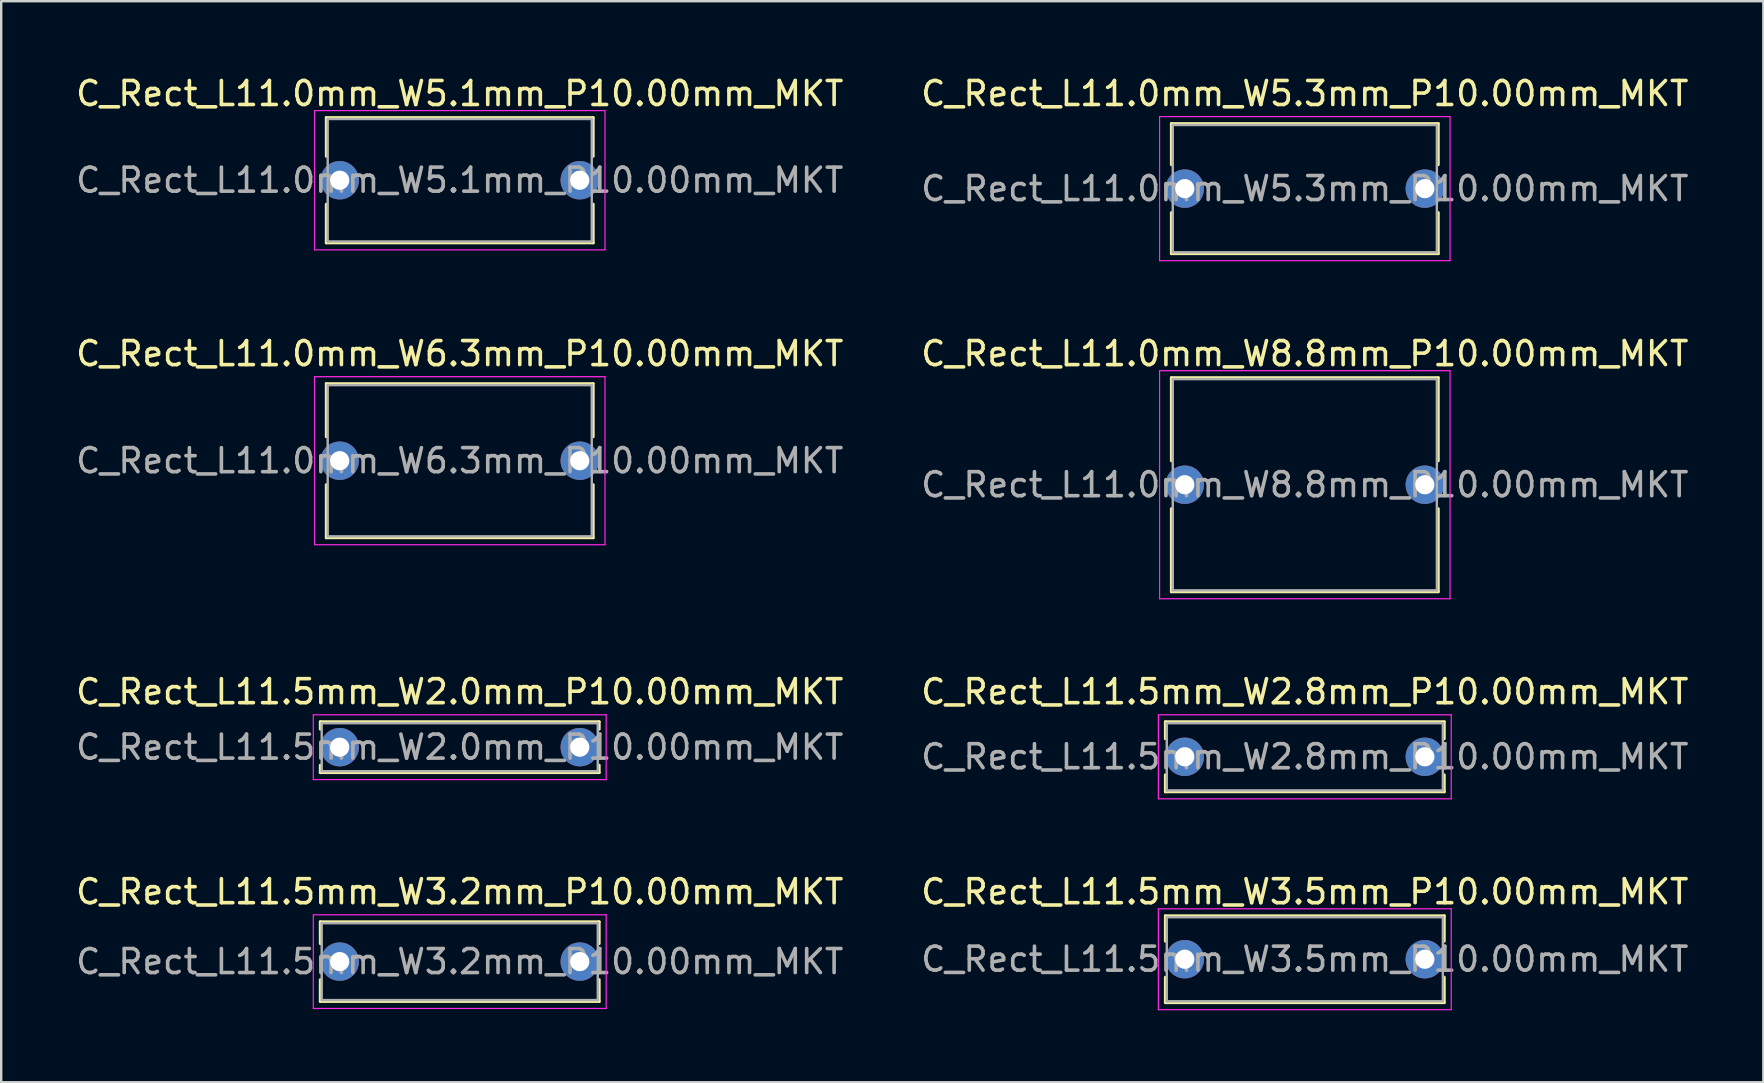
<source format=kicad_pcb>
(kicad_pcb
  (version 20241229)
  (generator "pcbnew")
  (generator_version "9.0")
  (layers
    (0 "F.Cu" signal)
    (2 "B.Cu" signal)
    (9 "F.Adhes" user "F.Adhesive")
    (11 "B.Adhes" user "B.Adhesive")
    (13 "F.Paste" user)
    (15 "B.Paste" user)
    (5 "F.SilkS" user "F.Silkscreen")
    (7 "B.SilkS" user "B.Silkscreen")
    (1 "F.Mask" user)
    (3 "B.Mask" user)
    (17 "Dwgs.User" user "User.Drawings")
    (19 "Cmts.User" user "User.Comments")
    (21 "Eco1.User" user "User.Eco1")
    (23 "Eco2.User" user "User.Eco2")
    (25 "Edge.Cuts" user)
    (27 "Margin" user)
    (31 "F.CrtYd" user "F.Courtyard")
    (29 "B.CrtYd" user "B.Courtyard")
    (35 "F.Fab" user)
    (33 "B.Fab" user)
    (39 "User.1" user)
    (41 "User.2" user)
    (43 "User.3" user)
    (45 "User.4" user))
  (footprint "C_Rect_L11.5mm_W3.5mm_P10.00mm_MKT"
    (layer "F.Cu")
    (at 46.304 36.908)
    (property "Reference" "C_Rect_L11.5mm_W3.5mm_P10.00mm_MKT" (at 5 -2.81 0) (layer "F.SilkS") (effects (font (size 1 1) (thickness 0.15))))
    (attr through_hole)
    (fp_line (start -0.81 -1.81) (end -0.81 -0.75) (stroke (width 0.12) (type solid)) (layer "F.SilkS"))
    (fp_line (start -0.81 -1.81) (end 10.81 -1.81) (stroke (width 0.12) (type solid)) (layer "F.SilkS"))
    (fp_line (start -0.81 0.75) (end -0.81 1.81) (stroke (width 0.12) (type solid)) (layer "F.SilkS"))
    (fp_line (start -0.81 1.81) (end 10.81 1.81) (stroke (width 0.12) (type solid)) (layer "F.SilkS"))
    (fp_line (start 10.81 -1.81) (end 10.81 -0.75) (stroke (width 0.12) (type solid)) (layer "F.SilkS"))
    (fp_line (start 10.81 0.75) (end 10.81 1.81) (stroke (width 0.12) (type solid)) (layer "F.SilkS"))
    (fp_line (start -1.1 -2.1) (end -1.1 2.1) (stroke (width 0.05) (type solid)) (layer "F.CrtYd"))
    (fp_line (start -1.1 2.1) (end 11.1 2.1) (stroke (width 0.05) (type solid)) (layer "F.CrtYd"))
    (fp_line (start 11.1 -2.1) (end -1.1 -2.1) (stroke (width 0.05) (type solid)) (layer "F.CrtYd"))
    (fp_line (start 11.1 2.1) (end 11.1 -2.1) (stroke (width 0.05) (type solid)) (layer "F.CrtYd"))
    (fp_line (start -0.75 -1.75) (end -0.75 1.75) (stroke (width 0.1) (type solid)) (layer "F.Fab"))
    (fp_line (start -0.75 1.75) (end 10.75 1.75) (stroke (width 0.1) (type solid)) (layer "F.Fab"))
    (fp_line (start 10.75 -1.75) (end -0.75 -1.75) (stroke (width 0.1) (type solid)) (layer "F.Fab"))
    (fp_line (start 10.75 1.75) (end 10.75 -1.75) (stroke (width 0.1) (type solid)) (layer "F.Fab"))
    (fp_text user "${REFERENCE}" (at 5 0 0) (layer "F.Fab") (effects (font (size 1 1) (thickness 0.15))))
    (pad "1" thru_hole circle (at 0 0) (size 1.6 1.6) (drill 0.8) (layers "*.Cu" "*.Mask"))
    (pad "2" thru_hole circle (at 10 0) (size 1.6 1.6) (drill 0.8) (layers "*.Cu" "*.Mask")))
  (footprint "C_Rect_L11.0mm_W5.3mm_P10.00mm_MKT"
    (layer "F.Cu")
    (at 46.304 4.808)
    (property "Reference" "C_Rect_L11.0mm_W5.3mm_P10.00mm_MKT" (at 5 -3.96 0) (layer "F.SilkS") (effects (font (size 1 1) (thickness 0.15))))
    (attr through_hole)
    (fp_line (start -0.56 -2.71) (end -0.56 -0.996) (stroke (width 0.12) (type solid)) (layer "F.SilkS"))
    (fp_line (start -0.56 -2.71) (end 10.56 -2.71) (stroke (width 0.12) (type solid)) (layer "F.SilkS"))
    (fp_line (start -0.56 0.996) (end -0.56 2.71) (stroke (width 0.12) (type solid)) (layer "F.SilkS"))
    (fp_line (start -0.56 2.71) (end 10.56 2.71) (stroke (width 0.12) (type solid)) (layer "F.SilkS"))
    (fp_line (start 10.56 -2.71) (end 10.56 -0.996) (stroke (width 0.12) (type solid)) (layer "F.SilkS"))
    (fp_line (start 10.56 0.996) (end 10.56 2.71) (stroke (width 0.12) (type solid)) (layer "F.SilkS"))
    (fp_line (start -1.05 -3) (end -1.05 3) (stroke (width 0.05) (type solid)) (layer "F.CrtYd"))
    (fp_line (start -1.05 3) (end 11.05 3) (stroke (width 0.05) (type solid)) (layer "F.CrtYd"))
    (fp_line (start 11.05 -3) (end -1.05 -3) (stroke (width 0.05) (type solid)) (layer "F.CrtYd"))
    (fp_line (start 11.05 3) (end 11.05 -3) (stroke (width 0.05) (type solid)) (layer "F.CrtYd"))
    (fp_line (start -0.5 -2.65) (end -0.5 2.65) (stroke (width 0.1) (type solid)) (layer "F.Fab"))
    (fp_line (start -0.5 2.65) (end 10.5 2.65) (stroke (width 0.1) (type solid)) (layer "F.Fab"))
    (fp_line (start 10.5 -2.65) (end -0.5 -2.65) (stroke (width 0.1) (type solid)) (layer "F.Fab"))
    (fp_line (start 10.5 2.65) (end 10.5 -2.65) (stroke (width 0.1) (type solid)) (layer "F.Fab"))
    (fp_text user "${REFERENCE}" (at 5 0 0) (layer "F.Fab") (effects (font (size 1 1) (thickness 0.15))))
    (pad "1" thru_hole circle (at 0 0) (size 1.6 1.6) (drill 0.8) (layers "*.Cu" "*.Mask"))
    (pad "2" thru_hole circle (at 10 0) (size 1.6 1.6) (drill 0.8) (layers "*.Cu" "*.Mask")))
  (footprint "C_Rect_L11.5mm_W2.8mm_P10.00mm_MKT"
    (layer "F.Cu")
    (at 46.304 28.475)
    (property "Reference" "C_Rect_L11.5mm_W2.8mm_P10.00mm_MKT" (at 5 -2.71 0) (layer "F.SilkS") (effects (font (size 1 1) (thickness 0.15))))
    (attr through_hole)
    (fp_line (start -0.81 -1.46) (end -0.81 -0.75) (stroke (width 0.12) (type solid)) (layer "F.SilkS"))
    (fp_line (start -0.81 -1.46) (end 10.81 -1.46) (stroke (width 0.12) (type solid)) (layer "F.SilkS"))
    (fp_line (start -0.81 0.75) (end -0.81 1.46) (stroke (width 0.12) (type solid)) (layer "F.SilkS"))
    (fp_line (start -0.81 1.46) (end 10.81 1.46) (stroke (width 0.12) (type solid)) (layer "F.SilkS"))
    (fp_line (start 10.81 -1.46) (end 10.81 -0.75) (stroke (width 0.12) (type solid)) (layer "F.SilkS"))
    (fp_line (start 10.81 0.75) (end 10.81 1.46) (stroke (width 0.12) (type solid)) (layer "F.SilkS"))
    (fp_line (start -1.1 -1.75) (end -1.1 1.75) (stroke (width 0.05) (type solid)) (layer "F.CrtYd"))
    (fp_line (start -1.1 1.75) (end 11.1 1.75) (stroke (width 0.05) (type solid)) (layer "F.CrtYd"))
    (fp_line (start 11.1 -1.75) (end -1.1 -1.75) (stroke (width 0.05) (type solid)) (layer "F.CrtYd"))
    (fp_line (start 11.1 1.75) (end 11.1 -1.75) (stroke (width 0.05) (type solid)) (layer "F.CrtYd"))
    (fp_line (start -0.75 -1.4) (end -0.75 1.4) (stroke (width 0.1) (type solid)) (layer "F.Fab"))
    (fp_line (start -0.75 1.4) (end 10.75 1.4) (stroke (width 0.1) (type solid)) (layer "F.Fab"))
    (fp_line (start 10.75 -1.4) (end -0.75 -1.4) (stroke (width 0.1) (type solid)) (layer "F.Fab"))
    (fp_line (start 10.75 1.4) (end 10.75 -1.4) (stroke (width 0.1) (type solid)) (layer "F.Fab"))
    (fp_text user "${REFERENCE}" (at 5 0 0) (layer "F.Fab") (effects (font (size 1 1) (thickness 0.15))))
    (pad "1" thru_hole circle (at 0 0) (size 1.6 1.6) (drill 0.8) (layers "*.Cu" "*.Mask"))
    (pad "2" thru_hole circle (at 10 0) (size 1.6 1.6) (drill 0.8) (layers "*.Cu" "*.Mask")))
  (footprint "C_Rect_L11.5mm_W3.2mm_P10.00mm_MKT"
    (layer "F.Cu")
    (at 11.101 37.008)
    (property "Reference" "C_Rect_L11.5mm_W3.2mm_P10.00mm_MKT" (at 5 -2.91 0) (layer "F.SilkS") (effects (font (size 1 1) (thickness 0.15))))
    (attr through_hole)
    (fp_line (start -0.81 -1.66) (end -0.81 -0.75) (stroke (width 0.12) (type solid)) (layer "F.SilkS"))
    (fp_line (start -0.81 -1.66) (end 10.81 -1.66) (stroke (width 0.12) (type solid)) (layer "F.SilkS"))
    (fp_line (start -0.81 0.75) (end -0.81 1.66) (stroke (width 0.12) (type solid)) (layer "F.SilkS"))
    (fp_line (start -0.81 1.66) (end 10.81 1.66) (stroke (width 0.12) (type solid)) (layer "F.SilkS"))
    (fp_line (start 10.81 -1.66) (end 10.81 -0.75) (stroke (width 0.12) (type solid)) (layer "F.SilkS"))
    (fp_line (start 10.81 0.75) (end 10.81 1.66) (stroke (width 0.12) (type solid)) (layer "F.SilkS"))
    (fp_line (start -1.1 -1.95) (end -1.1 1.95) (stroke (width 0.05) (type solid)) (layer "F.CrtYd"))
    (fp_line (start -1.1 1.95) (end 11.1 1.95) (stroke (width 0.05) (type solid)) (layer "F.CrtYd"))
    (fp_line (start 11.1 -1.95) (end -1.1 -1.95) (stroke (width 0.05) (type solid)) (layer "F.CrtYd"))
    (fp_line (start 11.1 1.95) (end 11.1 -1.95) (stroke (width 0.05) (type solid)) (layer "F.CrtYd"))
    (fp_line (start -0.75 -1.6) (end -0.75 1.6) (stroke (width 0.1) (type solid)) (layer "F.Fab"))
    (fp_line (start -0.75 1.6) (end 10.75 1.6) (stroke (width 0.1) (type solid)) (layer "F.Fab"))
    (fp_line (start 10.75 -1.6) (end -0.75 -1.6) (stroke (width 0.1) (type solid)) (layer "F.Fab"))
    (fp_line (start 10.75 1.6) (end 10.75 -1.6) (stroke (width 0.1) (type solid)) (layer "F.Fab"))
    (fp_text user "${REFERENCE}" (at 5 0 0) (layer "F.Fab") (effects (font (size 1 1) (thickness 0.15))))
    (pad "1" thru_hole circle (at 0 0) (size 1.6 1.6) (drill 0.8) (layers "*.Cu" "*.Mask"))
    (pad "2" thru_hole circle (at 10 0) (size 1.6 1.6) (drill 0.8) (layers "*.Cu" "*.Mask")))
  (footprint "C_Rect_L11.0mm_W8.8mm_P10.00mm_MKT"
    (layer "F.Cu")
    (at 46.304 17.142)
    (property "Reference" "C_Rect_L11.0mm_W8.8mm_P10.00mm_MKT" (at 5 -5.46 0) (layer "F.SilkS") (effects (font (size 1 1) (thickness 0.15))))
    (attr through_hole)
    (fp_line (start -0.56 -4.46) (end -0.56 -0.996) (stroke (width 0.12) (type solid)) (layer "F.SilkS"))
    (fp_line (start -0.56 -4.46) (end 10.56 -4.46) (stroke (width 0.12) (type solid)) (layer "F.SilkS"))
    (fp_line (start -0.56 0.996) (end -0.56 4.46) (stroke (width 0.12) (type solid)) (layer "F.SilkS"))
    (fp_line (start -0.56 4.46) (end 10.56 4.46) (stroke (width 0.12) (type solid)) (layer "F.SilkS"))
    (fp_line (start 10.56 -4.46) (end 10.56 -0.996) (stroke (width 0.12) (type solid)) (layer "F.SilkS"))
    (fp_line (start 10.56 0.996) (end 10.56 4.46) (stroke (width 0.12) (type solid)) (layer "F.SilkS"))
    (fp_line (start -1.05 -4.75) (end -1.05 4.75) (stroke (width 0.05) (type solid)) (layer "F.CrtYd"))
    (fp_line (start -1.05 4.75) (end 11.05 4.75) (stroke (width 0.05) (type solid)) (layer "F.CrtYd"))
    (fp_line (start 11.05 -4.75) (end -1.05 -4.75) (stroke (width 0.05) (type solid)) (layer "F.CrtYd"))
    (fp_line (start 11.05 4.75) (end 11.05 -4.75) (stroke (width 0.05) (type solid)) (layer "F.CrtYd"))
    (fp_line (start -0.5 -4.4) (end -0.5 4.4) (stroke (width 0.1) (type solid)) (layer "F.Fab"))
    (fp_line (start -0.5 4.4) (end 10.5 4.4) (stroke (width 0.1) (type solid)) (layer "F.Fab"))
    (fp_line (start 10.5 -4.4) (end -0.5 -4.4) (stroke (width 0.1) (type solid)) (layer "F.Fab"))
    (fp_line (start 10.5 4.4) (end 10.5 -4.4) (stroke (width 0.1) (type solid)) (layer "F.Fab"))
    (fp_text user "${REFERENCE}" (at 5 0 0) (layer "F.Fab") (effects (font (size 1 1) (thickness 0.15))))
    (pad "1" thru_hole circle (at 0 0) (size 1.6 1.6) (drill 0.8) (layers "*.Cu" "*.Mask"))
    (pad "2" thru_hole circle (at 10 0) (size 1.6 1.6) (drill 0.8) (layers "*.Cu" "*.Mask")))
  (footprint "C_Rect_L11.5mm_W2.0mm_P10.00mm_MKT"
    (layer "F.Cu")
    (at 11.101 28.075)
    (property "Reference" "C_Rect_L11.5mm_W2.0mm_P10.00mm_MKT" (at 5 -2.31 0) (layer "F.SilkS") (effects (font (size 1 1) (thickness 0.15))))
    (attr through_hole)
    (fp_line (start -0.81 -1.06) (end -0.81 -0.75) (stroke (width 0.12) (type solid)) (layer "F.SilkS"))
    (fp_line (start -0.81 -1.06) (end 10.81 -1.06) (stroke (width 0.12) (type solid)) (layer "F.SilkS"))
    (fp_line (start -0.81 0.75) (end -0.81 1.06) (stroke (width 0.12) (type solid)) (layer "F.SilkS"))
    (fp_line (start -0.81 1.06) (end 10.81 1.06) (stroke (width 0.12) (type solid)) (layer "F.SilkS"))
    (fp_line (start 10.81 -1.06) (end 10.81 -0.75) (stroke (width 0.12) (type solid)) (layer "F.SilkS"))
    (fp_line (start 10.81 0.75) (end 10.81 1.06) (stroke (width 0.12) (type solid)) (layer "F.SilkS"))
    (fp_line (start -1.1 -1.35) (end -1.1 1.35) (stroke (width 0.05) (type solid)) (layer "F.CrtYd"))
    (fp_line (start -1.1 1.35) (end 11.1 1.35) (stroke (width 0.05) (type solid)) (layer "F.CrtYd"))
    (fp_line (start 11.1 -1.35) (end -1.1 -1.35) (stroke (width 0.05) (type solid)) (layer "F.CrtYd"))
    (fp_line (start 11.1 1.35) (end 11.1 -1.35) (stroke (width 0.05) (type solid)) (layer "F.CrtYd"))
    (fp_line (start -0.75 -1) (end -0.75 1) (stroke (width 0.1) (type solid)) (layer "F.Fab"))
    (fp_line (start -0.75 1) (end 10.75 1) (stroke (width 0.1) (type solid)) (layer "F.Fab"))
    (fp_line (start 10.75 -1) (end -0.75 -1) (stroke (width 0.1) (type solid)) (layer "F.Fab"))
    (fp_line (start 10.75 1) (end 10.75 -1) (stroke (width 0.1) (type solid)) (layer "F.Fab"))
    (fp_text user "${REFERENCE}" (at 5 0 0) (layer "F.Fab") (effects (font (size 1 1) (thickness 0.15))))
    (pad "1" thru_hole circle (at 0 0) (size 1.6 1.6) (drill 0.8) (layers "*.Cu" "*.Mask"))
    (pad "2" thru_hole circle (at 10 0) (size 1.6 1.6) (drill 0.8) (layers "*.Cu" "*.Mask")))
  (footprint "C_Rect_L11.0mm_W6.3mm_P10.00mm_MKT"
    (layer "F.Cu")
    (at 11.101 16.142)
    (property "Reference" "C_Rect_L11.0mm_W6.3mm_P10.00mm_MKT" (at 5 -4.46 0) (layer "F.SilkS") (effects (font (size 1 1) (thickness 0.15))))
    (attr through_hole)
    (fp_line (start -0.56 -3.21) (end -0.56 -0.996) (stroke (width 0.12) (type solid)) (layer "F.SilkS"))
    (fp_line (start -0.56 -3.21) (end 10.56 -3.21) (stroke (width 0.12) (type solid)) (layer "F.SilkS"))
    (fp_line (start -0.56 0.996) (end -0.56 3.21) (stroke (width 0.12) (type solid)) (layer "F.SilkS"))
    (fp_line (start -0.56 3.21) (end 10.56 3.21) (stroke (width 0.12) (type solid)) (layer "F.SilkS"))
    (fp_line (start 10.56 -3.21) (end 10.56 -0.996) (stroke (width 0.12) (type solid)) (layer "F.SilkS"))
    (fp_line (start 10.56 0.996) (end 10.56 3.21) (stroke (width 0.12) (type solid)) (layer "F.SilkS"))
    (fp_line (start -1.05 -3.5) (end -1.05 3.5) (stroke (width 0.05) (type solid)) (layer "F.CrtYd"))
    (fp_line (start -1.05 3.5) (end 11.05 3.5) (stroke (width 0.05) (type solid)) (layer "F.CrtYd"))
    (fp_line (start 11.05 -3.5) (end -1.05 -3.5) (stroke (width 0.05) (type solid)) (layer "F.CrtYd"))
    (fp_line (start 11.05 3.5) (end 11.05 -3.5) (stroke (width 0.05) (type solid)) (layer "F.CrtYd"))
    (fp_line (start -0.5 -3.15) (end -0.5 3.15) (stroke (width 0.1) (type solid)) (layer "F.Fab"))
    (fp_line (start -0.5 3.15) (end 10.5 3.15) (stroke (width 0.1) (type solid)) (layer "F.Fab"))
    (fp_line (start 10.5 -3.15) (end -0.5 -3.15) (stroke (width 0.1) (type solid)) (layer "F.Fab"))
    (fp_line (start 10.5 3.15) (end 10.5 -3.15) (stroke (width 0.1) (type solid)) (layer "F.Fab"))
    (fp_text user "${REFERENCE}" (at 5 0 0) (layer "F.Fab") (effects (font (size 1 1) (thickness 0.15))))
    (pad "1" thru_hole circle (at 0 0) (size 1.6 1.6) (drill 0.8) (layers "*.Cu" "*.Mask"))
    (pad "2" thru_hole circle (at 10 0) (size 1.6 1.6) (drill 0.8) (layers "*.Cu" "*.Mask")))
  (footprint "C_Rect_L11.0mm_W5.1mm_P10.00mm_MKT"
    (layer "F.Cu")
    (at 11.101 4.458)
    (property "Reference" "C_Rect_L11.0mm_W5.1mm_P10.00mm_MKT" (at 5 -3.61 0) (layer "F.SilkS") (effects (font (size 1 1) (thickness 0.15))))
    (attr through_hole)
    (fp_line (start -0.56 -2.61) (end -0.56 -0.996) (stroke (width 0.12) (type solid)) (layer "F.SilkS"))
    (fp_line (start -0.56 -2.61) (end 10.56 -2.61) (stroke (width 0.12) (type solid)) (layer "F.SilkS"))
    (fp_line (start -0.56 0.996) (end -0.56 2.61) (stroke (width 0.12) (type solid)) (layer "F.SilkS"))
    (fp_line (start -0.56 2.61) (end 10.56 2.61) (stroke (width 0.12) (type solid)) (layer "F.SilkS"))
    (fp_line (start 10.56 -2.61) (end 10.56 -0.996) (stroke (width 0.12) (type solid)) (layer "F.SilkS"))
    (fp_line (start 10.56 0.996) (end 10.56 2.61) (stroke (width 0.12) (type solid)) (layer "F.SilkS"))
    (fp_line (start -1.05 -2.9) (end -1.05 2.9) (stroke (width 0.05) (type solid)) (layer "F.CrtYd"))
    (fp_line (start -1.05 2.9) (end 11.05 2.9) (stroke (width 0.05) (type solid)) (layer "F.CrtYd"))
    (fp_line (start 11.05 -2.9) (end -1.05 -2.9) (stroke (width 0.05) (type solid)) (layer "F.CrtYd"))
    (fp_line (start 11.05 2.9) (end 11.05 -2.9) (stroke (width 0.05) (type solid)) (layer "F.CrtYd"))
    (fp_line (start -0.5 -2.55) (end -0.5 2.55) (stroke (width 0.1) (type solid)) (layer "F.Fab"))
    (fp_line (start -0.5 2.55) (end 10.5 2.55) (stroke (width 0.1) (type solid)) (layer "F.Fab"))
    (fp_line (start 10.5 -2.55) (end -0.5 -2.55) (stroke (width 0.1) (type solid)) (layer "F.Fab"))
    (fp_line (start 10.5 2.55) (end 10.5 -2.55) (stroke (width 0.1) (type solid)) (layer "F.Fab"))
    (fp_text user "${REFERENCE}" (at 5 0 0) (layer "F.Fab") (effects (font (size 1 1) (thickness 0.15))))
    (pad "1" thru_hole circle (at 0 0) (size 1.6 1.6) (drill 0.8) (layers "*.Cu" "*.Mask"))
    (pad "2" thru_hole circle (at 10 0) (size 1.6 1.6) (drill 0.8) (layers "*.Cu" "*.Mask")))
  (gr_rect
    (start -3 -3)
    (end 70.405 42.033)
    (stroke (width 0.1) (type default))
    (fill no)
    (layer "Edge.Cuts")))
</source>
